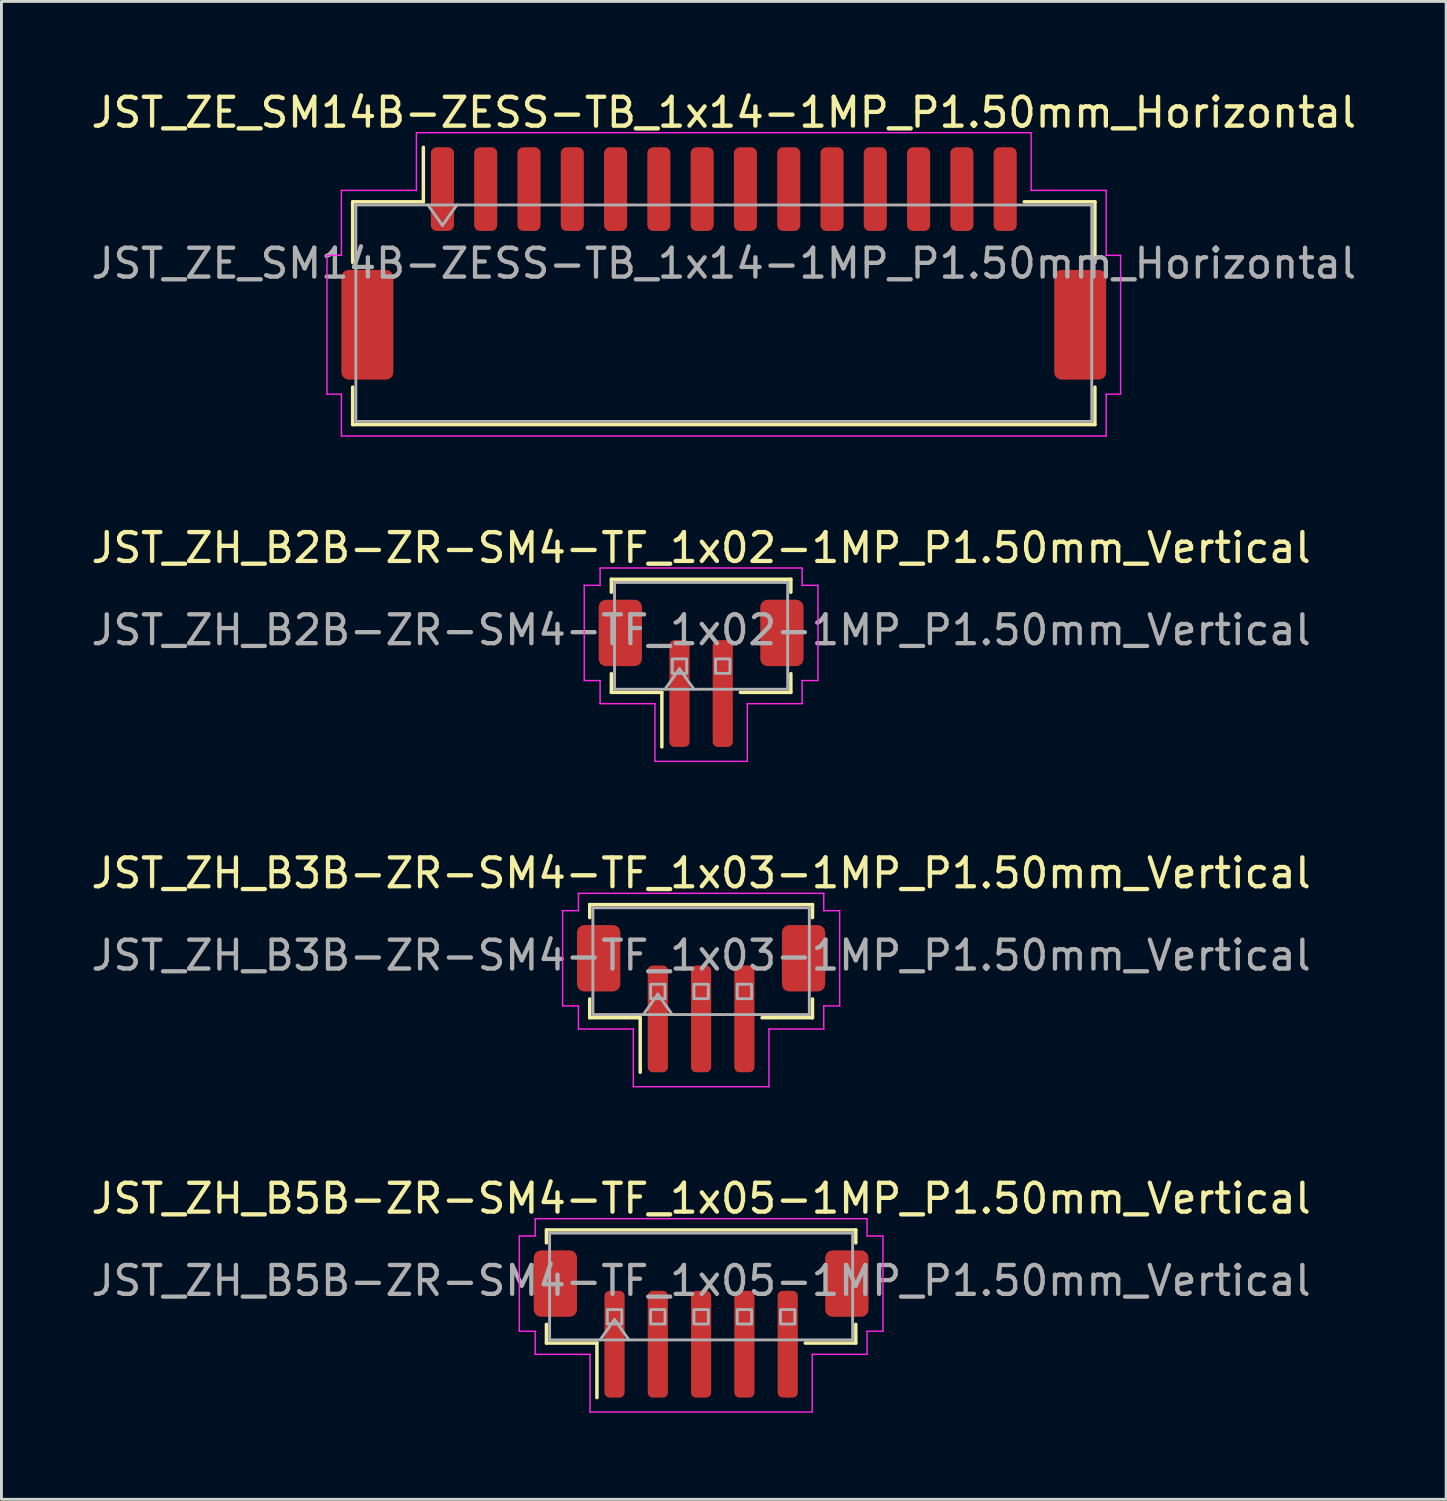
<source format=kicad_pcb>
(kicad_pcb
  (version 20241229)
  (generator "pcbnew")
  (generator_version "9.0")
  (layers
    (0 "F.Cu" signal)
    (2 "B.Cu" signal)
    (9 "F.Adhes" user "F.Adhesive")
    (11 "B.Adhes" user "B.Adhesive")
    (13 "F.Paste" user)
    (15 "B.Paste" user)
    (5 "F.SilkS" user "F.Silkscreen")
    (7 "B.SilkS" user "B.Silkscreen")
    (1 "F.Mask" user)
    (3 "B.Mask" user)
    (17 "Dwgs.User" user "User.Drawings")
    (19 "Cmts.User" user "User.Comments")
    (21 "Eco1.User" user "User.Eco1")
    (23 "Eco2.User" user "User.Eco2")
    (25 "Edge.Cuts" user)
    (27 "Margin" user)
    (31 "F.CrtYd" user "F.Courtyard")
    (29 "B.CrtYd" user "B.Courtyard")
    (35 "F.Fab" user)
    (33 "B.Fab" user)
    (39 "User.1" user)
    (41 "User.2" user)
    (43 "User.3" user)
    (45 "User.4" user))
  (footprint "JST_ZH_B5B-ZR-SM4-TF_1x05-1MP_P1.50mm_Vertical"
    (layer "F.Cu")
    (at 21.244 42.828)
    (property "Reference" "JST_ZH_B5B-ZR-SM4-TF_1x05-1MP_P1.50mm_Vertical" (at 0 -4.35 0) (layer "F.SilkS") (effects (font (size 1 1) (thickness 0.15))))
    (attr smd)
    (fp_line (start -5.36 -3.26) (end 5.36 -3.26) (stroke (width 0.12) (type solid)) (layer "F.SilkS"))
    (fp_line (start -5.36 -2.81) (end -5.36 -3.26) (stroke (width 0.12) (type solid)) (layer "F.SilkS"))
    (fp_line (start -5.36 0.01) (end -5.36 0.66) (stroke (width 0.12) (type solid)) (layer "F.SilkS"))
    (fp_line (start -5.36 0.66) (end -3.61 0.66) (stroke (width 0.12) (type solid)) (layer "F.SilkS"))
    (fp_line (start -3.61 0.66) (end -3.61 2.55) (stroke (width 0.12) (type solid)) (layer "F.SilkS"))
    (fp_line (start 5.36 -3.26) (end 5.36 -2.81) (stroke (width 0.12) (type solid)) (layer "F.SilkS"))
    (fp_line (start 5.36 0.01) (end 5.36 0.66) (stroke (width 0.12) (type solid)) (layer "F.SilkS"))
    (fp_line (start 5.36 0.66) (end 3.61 0.66) (stroke (width 0.12) (type solid)) (layer "F.SilkS"))
    (fp_line (start -6.3 -3.05) (end -5.75 -3.05) (stroke (width 0.05) (type solid)) (layer "F.CrtYd"))
    (fp_line (start -6.3 0.25) (end -6.3 -3.05) (stroke (width 0.05) (type solid)) (layer "F.CrtYd"))
    (fp_line (start -5.75 -3.65) (end 5.75 -3.65) (stroke (width 0.05) (type solid)) (layer "F.CrtYd"))
    (fp_line (start -5.75 -3.05) (end -5.75 -3.65) (stroke (width 0.05) (type solid)) (layer "F.CrtYd"))
    (fp_line (start -5.75 0.25) (end -6.3 0.25) (stroke (width 0.05) (type solid)) (layer "F.CrtYd"))
    (fp_line (start -5.75 1.05) (end -5.75 0.25) (stroke (width 0.05) (type solid)) (layer "F.CrtYd"))
    (fp_line (start -3.85 1.05) (end -5.75 1.05) (stroke (width 0.05) (type solid)) (layer "F.CrtYd"))
    (fp_line (start -3.85 3.05) (end -3.85 1.05) (stroke (width 0.05) (type solid)) (layer "F.CrtYd"))
    (fp_line (start 3.85 1.05) (end 3.85 3.05) (stroke (width 0.05) (type solid)) (layer "F.CrtYd"))
    (fp_line (start 3.85 3.05) (end -3.85 3.05) (stroke (width 0.05) (type solid)) (layer "F.CrtYd"))
    (fp_line (start 5.75 -3.65) (end 5.75 -3.05) (stroke (width 0.05) (type solid)) (layer "F.CrtYd"))
    (fp_line (start 5.75 -3.05) (end 6.3 -3.05) (stroke (width 0.05) (type solid)) (layer "F.CrtYd"))
    (fp_line (start 5.75 0.25) (end 5.75 1.05) (stroke (width 0.05) (type solid)) (layer "F.CrtYd"))
    (fp_line (start 5.75 1.05) (end 3.85 1.05) (stroke (width 0.05) (type solid)) (layer "F.CrtYd"))
    (fp_line (start 6.3 -3.05) (end 6.3 0.25) (stroke (width 0.05) (type solid)) (layer "F.CrtYd"))
    (fp_line (start 6.3 0.25) (end 5.75 0.25) (stroke (width 0.05) (type solid)) (layer "F.CrtYd"))
    (fp_line (start -5.25 -3.15) (end 5.25 -3.15) (stroke (width 0.1) (type solid)) (layer "F.Fab"))
    (fp_line (start -5.25 0.55) (end -5.25 -3.15) (stroke (width 0.1) (type solid)) (layer "F.Fab"))
    (fp_line (start -5.25 0.55) (end 5.25 0.55) (stroke (width 0.1) (type solid)) (layer "F.Fab"))
    (fp_line (start -3.5 0.55) (end -3 -0.157) (stroke (width 0.1) (type solid)) (layer "F.Fab"))
    (fp_line (start -3 -0.157) (end -2.5 0.55) (stroke (width 0.1) (type solid)) (layer "F.Fab"))
    (fp_line (start 5.25 0.55) (end 5.25 -3.15) (stroke (width 0.1) (type solid)) (layer "F.Fab"))
    (fp_rect (start -3.25 -0.5) (end -2.75 0) (stroke (width 0.1) (type solid)) (fill no) (layer "F.Fab"))
    (fp_rect (start -1.75 -0.5) (end -1.25 0) (stroke (width 0.1) (type solid)) (fill no) (layer "F.Fab"))
    (fp_rect (start -0.25 -0.5) (end 0.25 0) (stroke (width 0.1) (type solid)) (fill no) (layer "F.Fab"))
    (fp_rect (start 1.25 -0.5) (end 1.75 0) (stroke (width 0.1) (type solid)) (fill no) (layer "F.Fab"))
    (fp_rect (start 2.75 -0.5) (end 3.25 0) (stroke (width 0.1) (type solid)) (fill no) (layer "F.Fab"))
    (fp_text user "${REFERENCE}" (at 0 -1.5 0) (layer "F.Fab") (effects (font (size 1 1) (thickness 0.15))))
    (pad "1" smd roundrect (at -3 0.7) (size 0.7 3.7) (layers "F.Cu" "F.Mask" "F.Paste") (roundrect_rratio 0.25))
    (pad "2" smd roundrect (at -1.5 0.7) (size 0.7 3.7) (layers "F.Cu" "F.Mask" "F.Paste") (roundrect_rratio 0.25))
    (pad "3" smd roundrect (at 0 0.7) (size 0.7 3.7) (layers "F.Cu" "F.Mask" "F.Paste") (roundrect_rratio 0.25))
    (pad "4" smd roundrect (at 1.5 0.7) (size 0.7 3.7) (layers "F.Cu" "F.Mask" "F.Paste") (roundrect_rratio 0.25))
    (pad "5" smd roundrect (at 3 0.7) (size 0.7 3.7) (layers "F.Cu" "F.Mask" "F.Paste") (roundrect_rratio 0.25))
    (pad "MP" smd roundrect (at -5.05 -1.4) (size 1.5 2.3) (layers "F.Cu" "F.Mask" "F.Paste") (roundrect_rratio 0.167))
    (pad "MP" smd roundrect (at 5.05 -1.4) (size 1.5 2.3) (layers "F.Cu" "F.Mask" "F.Paste") (roundrect_rratio 0.167)))
  (footprint "JST_ZE_SM14B-ZESS-TB_1x14-1MP_P1.50mm_Horizontal"
    (layer "F.Cu")
    (at 22.03 6.078)
    (property "Reference" "JST_ZE_SM14B-ZESS-TB_1x14-1MP_P1.50mm_Horizontal" (at 0 -5.23 0) (layer "F.SilkS") (effects (font (size 1 1) (thickness 0.15))))
    (attr smd)
    (fp_line (start -12.86 -2.135) (end -10.41 -2.135) (stroke (width 0.12) (type solid)) (layer "F.SilkS"))
    (fp_line (start -12.86 -0.035) (end -12.86 -2.135) (stroke (width 0.12) (type solid)) (layer "F.SilkS"))
    (fp_line (start -12.86 4.285) (end -12.86 5.585) (stroke (width 0.12) (type solid)) (layer "F.SilkS"))
    (fp_line (start -12.86 5.585) (end 12.86 5.585) (stroke (width 0.12) (type solid)) (layer "F.SilkS"))
    (fp_line (start -10.41 -2.135) (end -10.41 -4.025) (stroke (width 0.12) (type solid)) (layer "F.SilkS"))
    (fp_line (start 12.86 -2.135) (end 10.41 -2.135) (stroke (width 0.12) (type solid)) (layer "F.SilkS"))
    (fp_line (start 12.86 -0.035) (end 12.86 -2.135) (stroke (width 0.12) (type solid)) (layer "F.SilkS"))
    (fp_line (start 12.86 5.585) (end 12.86 4.285) (stroke (width 0.12) (type solid)) (layer "F.SilkS"))
    (fp_line (start -13.75 -0.28) (end -13.25 -0.28) (stroke (width 0.05) (type solid)) (layer "F.CrtYd"))
    (fp_line (start -13.75 4.53) (end -13.75 -0.28) (stroke (width 0.05) (type solid)) (layer "F.CrtYd"))
    (fp_line (start -13.25 -2.53) (end -10.65 -2.53) (stroke (width 0.05) (type solid)) (layer "F.CrtYd"))
    (fp_line (start -13.25 -0.28) (end -13.25 -2.53) (stroke (width 0.05) (type solid)) (layer "F.CrtYd"))
    (fp_line (start -13.25 4.53) (end -13.75 4.53) (stroke (width 0.05) (type solid)) (layer "F.CrtYd"))
    (fp_line (start -13.25 5.98) (end -13.25 4.53) (stroke (width 0.05) (type solid)) (layer "F.CrtYd"))
    (fp_line (start -10.65 -4.53) (end 10.65 -4.53) (stroke (width 0.05) (type solid)) (layer "F.CrtYd"))
    (fp_line (start -10.65 -2.53) (end -10.65 -4.53) (stroke (width 0.05) (type solid)) (layer "F.CrtYd"))
    (fp_line (start 10.65 -4.53) (end 10.65 -2.53) (stroke (width 0.05) (type solid)) (layer "F.CrtYd"))
    (fp_line (start 10.65 -2.53) (end 13.25 -2.53) (stroke (width 0.05) (type solid)) (layer "F.CrtYd"))
    (fp_line (start 13.25 -2.53) (end 13.25 -0.28) (stroke (width 0.05) (type solid)) (layer "F.CrtYd"))
    (fp_line (start 13.25 -0.28) (end 13.75 -0.28) (stroke (width 0.05) (type solid)) (layer "F.CrtYd"))
    (fp_line (start 13.25 4.53) (end 13.25 5.98) (stroke (width 0.05) (type solid)) (layer "F.CrtYd"))
    (fp_line (start 13.25 5.98) (end -13.25 5.98) (stroke (width 0.05) (type solid)) (layer "F.CrtYd"))
    (fp_line (start 13.75 -0.28) (end 13.75 4.53) (stroke (width 0.05) (type solid)) (layer "F.CrtYd"))
    (fp_line (start 13.75 4.53) (end 13.25 4.53) (stroke (width 0.05) (type solid)) (layer "F.CrtYd"))
    (fp_line (start -12.75 -2.025) (end -12.75 5.475) (stroke (width 0.1) (type solid)) (layer "F.Fab"))
    (fp_line (start -12.75 -2.025) (end 12.75 -2.025) (stroke (width 0.1) (type solid)) (layer "F.Fab"))
    (fp_line (start -12.75 5.475) (end 12.75 5.475) (stroke (width 0.1) (type solid)) (layer "F.Fab"))
    (fp_line (start -10.25 -2.025) (end -9.75 -1.318) (stroke (width 0.1) (type solid)) (layer "F.Fab"))
    (fp_line (start -9.75 -1.318) (end -9.25 -2.025) (stroke (width 0.1) (type solid)) (layer "F.Fab"))
    (fp_line (start 12.75 -2.025) (end 12.75 5.475) (stroke (width 0.1) (type solid)) (layer "F.Fab"))
    (fp_text user "${REFERENCE}" (at 0 0 0) (layer "F.Fab") (effects (font (size 1 1) (thickness 0.15))))
    (pad "1" smd roundrect (at -9.75 -2.575) (size 0.8 2.9) (layers "F.Cu" "F.Mask" "F.Paste") (roundrect_rratio 0.25))
    (pad "2" smd roundrect (at -8.25 -2.575) (size 0.8 2.9) (layers "F.Cu" "F.Mask" "F.Paste") (roundrect_rratio 0.25))
    (pad "3" smd roundrect (at -6.75 -2.575) (size 0.8 2.9) (layers "F.Cu" "F.Mask" "F.Paste") (roundrect_rratio 0.25))
    (pad "4" smd roundrect (at -5.25 -2.575) (size 0.8 2.9) (layers "F.Cu" "F.Mask" "F.Paste") (roundrect_rratio 0.25))
    (pad "5" smd roundrect (at -3.75 -2.575) (size 0.8 2.9) (layers "F.Cu" "F.Mask" "F.Paste") (roundrect_rratio 0.25))
    (pad "6" smd roundrect (at -2.25 -2.575) (size 0.8 2.9) (layers "F.Cu" "F.Mask" "F.Paste") (roundrect_rratio 0.25))
    (pad "7" smd roundrect (at -0.75 -2.575) (size 0.8 2.9) (layers "F.Cu" "F.Mask" "F.Paste") (roundrect_rratio 0.25))
    (pad "8" smd roundrect (at 0.75 -2.575) (size 0.8 2.9) (layers "F.Cu" "F.Mask" "F.Paste") (roundrect_rratio 0.25))
    (pad "9" smd roundrect (at 2.25 -2.575) (size 0.8 2.9) (layers "F.Cu" "F.Mask" "F.Paste") (roundrect_rratio 0.25))
    (pad "10" smd roundrect (at 3.75 -2.575) (size 0.8 2.9) (layers "F.Cu" "F.Mask" "F.Paste") (roundrect_rratio 0.25))
    (pad "11" smd roundrect (at 5.25 -2.575) (size 0.8 2.9) (layers "F.Cu" "F.Mask" "F.Paste") (roundrect_rratio 0.25))
    (pad "12" smd roundrect (at 6.75 -2.575) (size 0.8 2.9) (layers "F.Cu" "F.Mask" "F.Paste") (roundrect_rratio 0.25))
    (pad "13" smd roundrect (at 8.25 -2.575) (size 0.8 2.9) (layers "F.Cu" "F.Mask" "F.Paste") (roundrect_rratio 0.25))
    (pad "14" smd roundrect (at 9.75 -2.575) (size 0.8 2.9) (layers "F.Cu" "F.Mask" "F.Paste") (roundrect_rratio 0.25))
    (pad "MP" smd roundrect (at -12.35 2.125) (size 1.8 3.8) (layers "F.Cu" "F.Mask" "F.Paste") (roundrect_rratio 0.139))
    (pad "MP" smd roundrect (at 12.35 2.125) (size 1.8 3.8) (layers "F.Cu" "F.Mask" "F.Paste") (roundrect_rratio 0.139)))
  (footprint "JST_ZH_B2B-ZR-SM4-TF_1x02-1MP_P1.50mm_Vertical"
    (layer "F.Cu")
    (at 21.244 20.282)
    (property "Reference" "JST_ZH_B2B-ZR-SM4-TF_1x02-1MP_P1.50mm_Vertical" (at 0 -4.35 0) (layer "F.SilkS") (effects (font (size 1 1) (thickness 0.15))))
    (attr smd)
    (fp_line (start -3.11 -3.26) (end 3.11 -3.26) (stroke (width 0.12) (type solid)) (layer "F.SilkS"))
    (fp_line (start -3.11 -2.81) (end -3.11 -3.26) (stroke (width 0.12) (type solid)) (layer "F.SilkS"))
    (fp_line (start -3.11 0.01) (end -3.11 0.66) (stroke (width 0.12) (type solid)) (layer "F.SilkS"))
    (fp_line (start -3.11 0.66) (end -1.36 0.66) (stroke (width 0.12) (type solid)) (layer "F.SilkS"))
    (fp_line (start -1.36 0.66) (end -1.36 2.55) (stroke (width 0.12) (type solid)) (layer "F.SilkS"))
    (fp_line (start 3.11 -3.26) (end 3.11 -2.81) (stroke (width 0.12) (type solid)) (layer "F.SilkS"))
    (fp_line (start 3.11 0.01) (end 3.11 0.66) (stroke (width 0.12) (type solid)) (layer "F.SilkS"))
    (fp_line (start 3.11 0.66) (end 1.36 0.66) (stroke (width 0.12) (type solid)) (layer "F.SilkS"))
    (fp_line (start -4.05 -3.05) (end -3.5 -3.05) (stroke (width 0.05) (type solid)) (layer "F.CrtYd"))
    (fp_line (start -4.05 0.25) (end -4.05 -3.05) (stroke (width 0.05) (type solid)) (layer "F.CrtYd"))
    (fp_line (start -3.5 -3.65) (end 3.5 -3.65) (stroke (width 0.05) (type solid)) (layer "F.CrtYd"))
    (fp_line (start -3.5 -3.05) (end -3.5 -3.65) (stroke (width 0.05) (type solid)) (layer "F.CrtYd"))
    (fp_line (start -3.5 0.25) (end -4.05 0.25) (stroke (width 0.05) (type solid)) (layer "F.CrtYd"))
    (fp_line (start -3.5 1.05) (end -3.5 0.25) (stroke (width 0.05) (type solid)) (layer "F.CrtYd"))
    (fp_line (start -1.6 1.05) (end -3.5 1.05) (stroke (width 0.05) (type solid)) (layer "F.CrtYd"))
    (fp_line (start -1.6 3.05) (end -1.6 1.05) (stroke (width 0.05) (type solid)) (layer "F.CrtYd"))
    (fp_line (start 1.6 1.05) (end 1.6 3.05) (stroke (width 0.05) (type solid)) (layer "F.CrtYd"))
    (fp_line (start 1.6 3.05) (end -1.6 3.05) (stroke (width 0.05) (type solid)) (layer "F.CrtYd"))
    (fp_line (start 3.5 -3.65) (end 3.5 -3.05) (stroke (width 0.05) (type solid)) (layer "F.CrtYd"))
    (fp_line (start 3.5 -3.05) (end 4.05 -3.05) (stroke (width 0.05) (type solid)) (layer "F.CrtYd"))
    (fp_line (start 3.5 0.25) (end 3.5 1.05) (stroke (width 0.05) (type solid)) (layer "F.CrtYd"))
    (fp_line (start 3.5 1.05) (end 1.6 1.05) (stroke (width 0.05) (type solid)) (layer "F.CrtYd"))
    (fp_line (start 4.05 -3.05) (end 4.05 0.25) (stroke (width 0.05) (type solid)) (layer "F.CrtYd"))
    (fp_line (start 4.05 0.25) (end 3.5 0.25) (stroke (width 0.05) (type solid)) (layer "F.CrtYd"))
    (fp_line (start -3 -3.15) (end 3 -3.15) (stroke (width 0.1) (type solid)) (layer "F.Fab"))
    (fp_line (start -3 0.55) (end -3 -3.15) (stroke (width 0.1) (type solid)) (layer "F.Fab"))
    (fp_line (start -3 0.55) (end 3 0.55) (stroke (width 0.1) (type solid)) (layer "F.Fab"))
    (fp_line (start -1.25 0.55) (end -0.75 -0.157) (stroke (width 0.1) (type solid)) (layer "F.Fab"))
    (fp_line (start -0.75 -0.157) (end -0.25 0.55) (stroke (width 0.1) (type solid)) (layer "F.Fab"))
    (fp_line (start 3 0.55) (end 3 -3.15) (stroke (width 0.1) (type solid)) (layer "F.Fab"))
    (fp_rect (start -1 -0.5) (end -0.5 0) (stroke (width 0.1) (type solid)) (fill no) (layer "F.Fab"))
    (fp_rect (start 0.5 -0.5) (end 1 0) (stroke (width 0.1) (type solid)) (fill no) (layer "F.Fab"))
    (fp_text user "${REFERENCE}" (at 0 -1.5 0) (layer "F.Fab") (effects (font (size 1 1) (thickness 0.15))))
    (pad "1" smd roundrect (at -0.75 0.7) (size 0.7 3.7) (layers "F.Cu" "F.Mask" "F.Paste") (roundrect_rratio 0.25))
    (pad "2" smd roundrect (at 0.75 0.7) (size 0.7 3.7) (layers "F.Cu" "F.Mask" "F.Paste") (roundrect_rratio 0.25))
    (pad "MP" smd roundrect (at -2.8 -1.4) (size 1.5 2.3) (layers "F.Cu" "F.Mask" "F.Paste") (roundrect_rratio 0.167))
    (pad "MP" smd roundrect (at 2.8 -1.4) (size 1.5 2.3) (layers "F.Cu" "F.Mask" "F.Paste") (roundrect_rratio 0.167)))
  (footprint "JST_ZH_B3B-ZR-SM4-TF_1x03-1MP_P1.50mm_Vertical"
    (layer "F.Cu")
    (at 21.244 31.555)
    (property "Reference" "JST_ZH_B3B-ZR-SM4-TF_1x03-1MP_P1.50mm_Vertical" (at 0 -4.35 0) (layer "F.SilkS") (effects (font (size 1 1) (thickness 0.15))))
    (attr smd)
    (fp_line (start -3.86 -3.26) (end 3.86 -3.26) (stroke (width 0.12) (type solid)) (layer "F.SilkS"))
    (fp_line (start -3.86 -2.81) (end -3.86 -3.26) (stroke (width 0.12) (type solid)) (layer "F.SilkS"))
    (fp_line (start -3.86 0.01) (end -3.86 0.66) (stroke (width 0.12) (type solid)) (layer "F.SilkS"))
    (fp_line (start -3.86 0.66) (end -2.11 0.66) (stroke (width 0.12) (type solid)) (layer "F.SilkS"))
    (fp_line (start -2.11 0.66) (end -2.11 2.55) (stroke (width 0.12) (type solid)) (layer "F.SilkS"))
    (fp_line (start 3.86 -3.26) (end 3.86 -2.81) (stroke (width 0.12) (type solid)) (layer "F.SilkS"))
    (fp_line (start 3.86 0.01) (end 3.86 0.66) (stroke (width 0.12) (type solid)) (layer "F.SilkS"))
    (fp_line (start 3.86 0.66) (end 2.11 0.66) (stroke (width 0.12) (type solid)) (layer "F.SilkS"))
    (fp_line (start -4.8 -3.05) (end -4.25 -3.05) (stroke (width 0.05) (type solid)) (layer "F.CrtYd"))
    (fp_line (start -4.8 0.25) (end -4.8 -3.05) (stroke (width 0.05) (type solid)) (layer "F.CrtYd"))
    (fp_line (start -4.25 -3.65) (end 4.25 -3.65) (stroke (width 0.05) (type solid)) (layer "F.CrtYd"))
    (fp_line (start -4.25 -3.05) (end -4.25 -3.65) (stroke (width 0.05) (type solid)) (layer "F.CrtYd"))
    (fp_line (start -4.25 0.25) (end -4.8 0.25) (stroke (width 0.05) (type solid)) (layer "F.CrtYd"))
    (fp_line (start -4.25 1.05) (end -4.25 0.25) (stroke (width 0.05) (type solid)) (layer "F.CrtYd"))
    (fp_line (start -2.35 1.05) (end -4.25 1.05) (stroke (width 0.05) (type solid)) (layer "F.CrtYd"))
    (fp_line (start -2.35 3.05) (end -2.35 1.05) (stroke (width 0.05) (type solid)) (layer "F.CrtYd"))
    (fp_line (start 2.35 1.05) (end 2.35 3.05) (stroke (width 0.05) (type solid)) (layer "F.CrtYd"))
    (fp_line (start 2.35 3.05) (end -2.35 3.05) (stroke (width 0.05) (type solid)) (layer "F.CrtYd"))
    (fp_line (start 4.25 -3.65) (end 4.25 -3.05) (stroke (width 0.05) (type solid)) (layer "F.CrtYd"))
    (fp_line (start 4.25 -3.05) (end 4.8 -3.05) (stroke (width 0.05) (type solid)) (layer "F.CrtYd"))
    (fp_line (start 4.25 0.25) (end 4.25 1.05) (stroke (width 0.05) (type solid)) (layer "F.CrtYd"))
    (fp_line (start 4.25 1.05) (end 2.35 1.05) (stroke (width 0.05) (type solid)) (layer "F.CrtYd"))
    (fp_line (start 4.8 -3.05) (end 4.8 0.25) (stroke (width 0.05) (type solid)) (layer "F.CrtYd"))
    (fp_line (start 4.8 0.25) (end 4.25 0.25) (stroke (width 0.05) (type solid)) (layer "F.CrtYd"))
    (fp_line (start -3.75 -3.15) (end 3.75 -3.15) (stroke (width 0.1) (type solid)) (layer "F.Fab"))
    (fp_line (start -3.75 0.55) (end -3.75 -3.15) (stroke (width 0.1) (type solid)) (layer "F.Fab"))
    (fp_line (start -3.75 0.55) (end 3.75 0.55) (stroke (width 0.1) (type solid)) (layer "F.Fab"))
    (fp_line (start -2 0.55) (end -1.5 -0.157) (stroke (width 0.1) (type solid)) (layer "F.Fab"))
    (fp_line (start -1.5 -0.157) (end -1 0.55) (stroke (width 0.1) (type solid)) (layer "F.Fab"))
    (fp_line (start 3.75 0.55) (end 3.75 -3.15) (stroke (width 0.1) (type solid)) (layer "F.Fab"))
    (fp_rect (start -1.75 -0.5) (end -1.25 0) (stroke (width 0.1) (type solid)) (fill no) (layer "F.Fab"))
    (fp_rect (start -0.25 -0.5) (end 0.25 0) (stroke (width 0.1) (type solid)) (fill no) (layer "F.Fab"))
    (fp_rect (start 1.25 -0.5) (end 1.75 0) (stroke (width 0.1) (type solid)) (fill no) (layer "F.Fab"))
    (fp_text user "${REFERENCE}" (at 0 -1.5 0) (layer "F.Fab") (effects (font (size 1 1) (thickness 0.15))))
    (pad "1" smd roundrect (at -1.5 0.7) (size 0.7 3.7) (layers "F.Cu" "F.Mask" "F.Paste") (roundrect_rratio 0.25))
    (pad "2" smd roundrect (at 0 0.7) (size 0.7 3.7) (layers "F.Cu" "F.Mask" "F.Paste") (roundrect_rratio 0.25))
    (pad "3" smd roundrect (at 1.5 0.7) (size 0.7 3.7) (layers "F.Cu" "F.Mask" "F.Paste") (roundrect_rratio 0.25))
    (pad "MP" smd roundrect (at -3.55 -1.4) (size 1.5 2.3) (layers "F.Cu" "F.Mask" "F.Paste") (roundrect_rratio 0.167))
    (pad "MP" smd roundrect (at 3.55 -1.4) (size 1.5 2.3) (layers "F.Cu" "F.Mask" "F.Paste") (roundrect_rratio 0.167)))
  (gr_rect
    (start -3 -3)
    (end 47.06 48.903)
    (stroke (width 0.1) (type default))
    (fill no)
    (layer "Edge.Cuts")))
</source>
